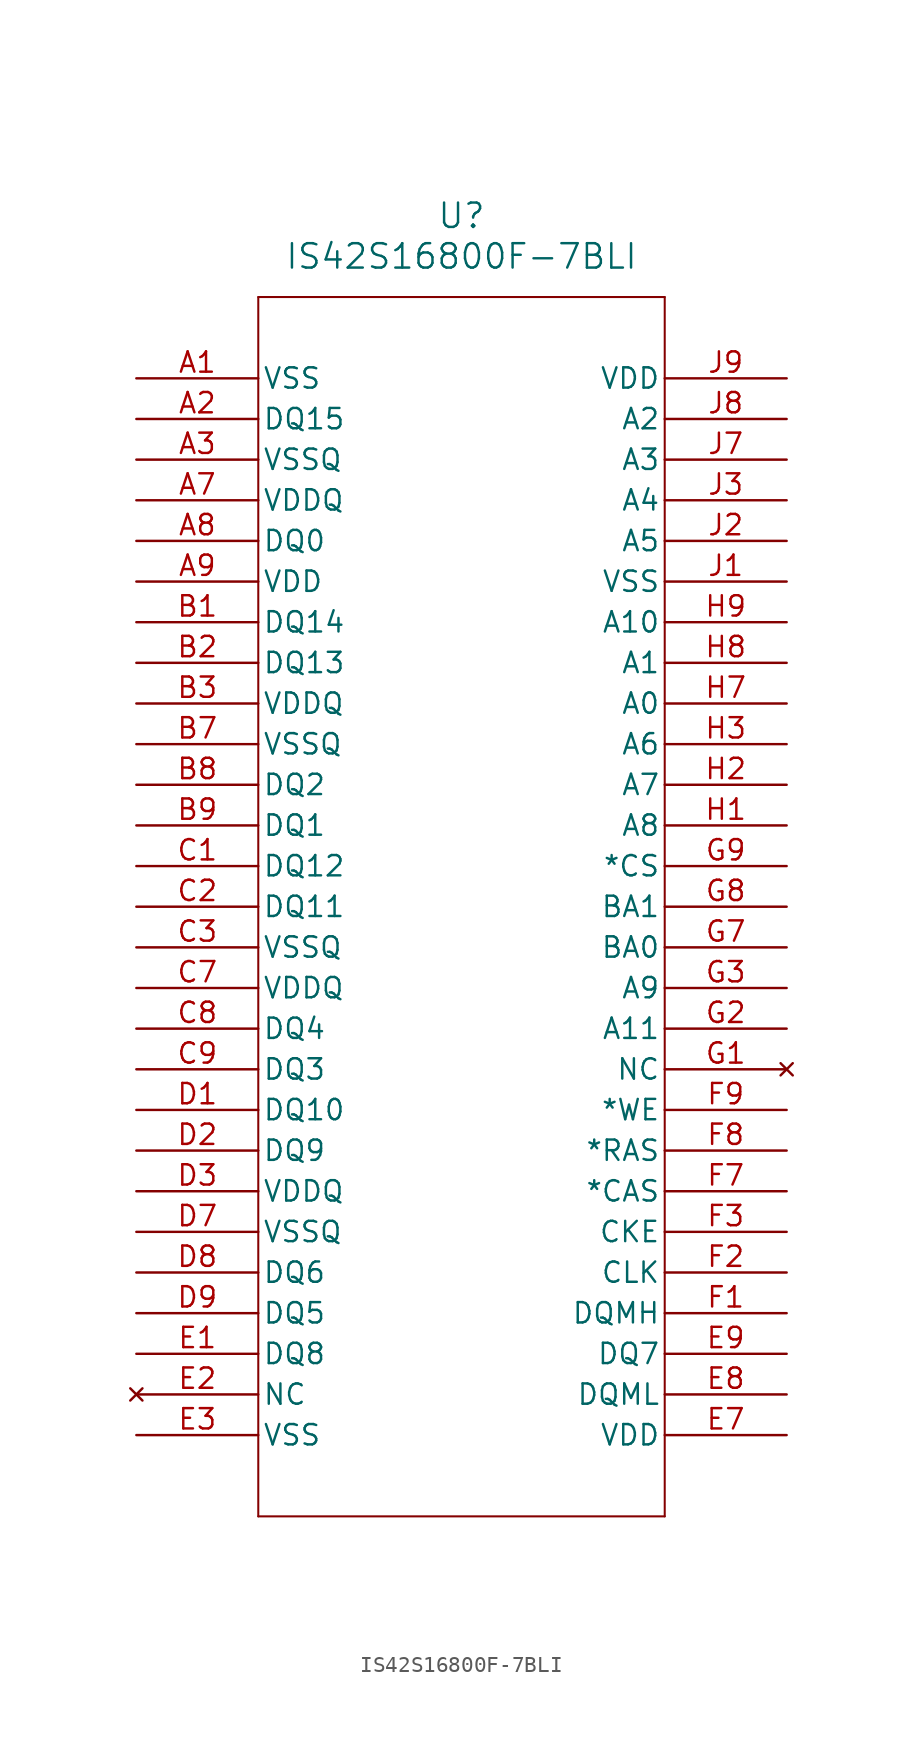
<source format=kicad_sym>
(kicad_symbol_lib
  (version 20211014)
  (generator kicad_symbol_editor)
  (symbol "IS42S16800F-7BLI"
    (pin_names
      (offset 0.254))
    (property "Reference" "U"
      (at 20.32 10.16 0)
      (effects (font (size 1.524 1.524))))
    (property "Value" "IS42S16800F-7BLI"
      (at 20.32 7.62 0)
      (effects (font (size 1.524 1.524))))
    (symbol "IS42S16800F-7BLI_0_1"
      (polyline (pts (xy 7.62 5.08) (xy 7.62 -71.12)) (stroke (width 0.127) (type default) (color 0 0 0 0)) (fill (type none)))
      (polyline (pts (xy 7.62 -71.12) (xy 33.02 -71.12)) (stroke (width 0.127) (type default) (color 0 0 0 0)) (fill (type none)))
      (polyline (pts (xy 33.02 -71.12) (xy 33.02 5.08)) (stroke (width 0.127) (type default) (color 0 0 0 0)) (fill (type none)))
      (polyline (pts (xy 33.02 5.08) (xy 7.62 5.08)) (stroke (width 0.127) (type default) (color 0 0 0 0)) (fill (type none)))
      (pin power_out line (at 0 0 0) (length 7.62) (name "VSS" (effects (font (size 1.27 1.27)))) (number "A1" (effects (font (size 1.27 1.27)))))
      (pin bidirectional line (at 0 -2.54 0) (length 7.62) (name "DQ15" (effects (font (size 1.27 1.27)))) (number "A2" (effects (font (size 1.27 1.27)))))
      (pin power_out line (at 0 -5.08 0) (length 7.62) (name "VSSQ" (effects (font (size 1.27 1.27)))) (number "A3" (effects (font (size 1.27 1.27)))))
      (pin power_in line (at 0 -7.62 0) (length 7.62) (name "VDDQ" (effects (font (size 1.27 1.27)))) (number "A7" (effects (font (size 1.27 1.27)))))
      (pin bidirectional line (at 0 -10.16 0) (length 7.62) (name "DQ0" (effects (font (size 1.27 1.27)))) (number "A8" (effects (font (size 1.27 1.27)))))
      (pin power_in line (at 0 -12.7 0) (length 7.62) (name "VDD" (effects (font (size 1.27 1.27)))) (number "A9" (effects (font (size 1.27 1.27)))))
      (pin bidirectional line (at 0 -15.24 0) (length 7.62) (name "DQ14" (effects (font (size 1.27 1.27)))) (number "B1" (effects (font (size 1.27 1.27)))))
      (pin bidirectional line (at 0 -17.78 0) (length 7.62) (name "DQ13" (effects (font (size 1.27 1.27)))) (number "B2" (effects (font (size 1.27 1.27)))))
      (pin power_in line (at 0 -20.32 0) (length 7.62) (name "VDDQ" (effects (font (size 1.27 1.27)))) (number "B3" (effects (font (size 1.27 1.27)))))
      (pin power_out line (at 0 -22.86 0) (length 7.62) (name "VSSQ" (effects (font (size 1.27 1.27)))) (number "B7" (effects (font (size 1.27 1.27)))))
      (pin bidirectional line (at 0 -25.4 0) (length 7.62) (name "DQ2" (effects (font (size 1.27 1.27)))) (number "B8" (effects (font (size 1.27 1.27)))))
      (pin bidirectional line (at 0 -27.94 0) (length 7.62) (name "DQ1" (effects (font (size 1.27 1.27)))) (number "B9" (effects (font (size 1.27 1.27)))))
      (pin bidirectional line (at 0 -30.48 0) (length 7.62) (name "DQ12" (effects (font (size 1.27 1.27)))) (number "C1" (effects (font (size 1.27 1.27)))))
      (pin bidirectional line (at 0 -33.02 0) (length 7.62) (name "DQ11" (effects (font (size 1.27 1.27)))) (number "C2" (effects (font (size 1.27 1.27)))))
      (pin power_out line (at 0 -35.56 0) (length 7.62) (name "VSSQ" (effects (font (size 1.27 1.27)))) (number "C3" (effects (font (size 1.27 1.27)))))
      (pin power_in line (at 0 -38.1 0) (length 7.62) (name "VDDQ" (effects (font (size 1.27 1.27)))) (number "C7" (effects (font (size 1.27 1.27)))))
      (pin bidirectional line (at 0 -40.64 0) (length 7.62) (name "DQ4" (effects (font (size 1.27 1.27)))) (number "C8" (effects (font (size 1.27 1.27)))))
      (pin bidirectional line (at 0 -43.18 0) (length 7.62) (name "DQ3" (effects (font (size 1.27 1.27)))) (number "C9" (effects (font (size 1.27 1.27)))))
      (pin bidirectional line (at 0 -45.72 0) (length 7.62) (name "DQ10" (effects (font (size 1.27 1.27)))) (number "D1" (effects (font (size 1.27 1.27)))))
      (pin bidirectional line (at 0 -48.26 0) (length 7.62) (name "DQ9" (effects (font (size 1.27 1.27)))) (number "D2" (effects (font (size 1.27 1.27)))))
      (pin power_in line (at 0 -50.8 0) (length 7.62) (name "VDDQ" (effects (font (size 1.27 1.27)))) (number "D3" (effects (font (size 1.27 1.27)))))
      (pin power_out line (at 0 -53.34 0) (length 7.62) (name "VSSQ" (effects (font (size 1.27 1.27)))) (number "D7" (effects (font (size 1.27 1.27)))))
      (pin bidirectional line (at 0 -55.88 0) (length 7.62) (name "DQ6" (effects (font (size 1.27 1.27)))) (number "D8" (effects (font (size 1.27 1.27)))))
      (pin bidirectional line (at 0 -58.42 0) (length 7.62) (name "DQ5" (effects (font (size 1.27 1.27)))) (number "D9" (effects (font (size 1.27 1.27)))))
      (pin bidirectional line (at 0 -60.96 0) (length 7.62) (name "DQ8" (effects (font (size 1.27 1.27)))) (number "E1" (effects (font (size 1.27 1.27)))))
      (pin no_connect line (at 0 -63.5 0) (length 7.62) (name "NC" (effects (font (size 1.27 1.27)))) (number "E2" (effects (font (size 1.27 1.27)))))
      (pin power_out line (at 0 -66.04 0) (length 7.62) (name "VSS" (effects (font (size 1.27 1.27)))) (number "E3" (effects (font (size 1.27 1.27)))))
      (pin power_in line (at 40.64 -66.04 180) (length 7.62) (name "VDD" (effects (font (size 1.27 1.27)))) (number "E7" (effects (font (size 1.27 1.27)))))
      (pin input line (at 40.64 -63.5 180) (length 7.62) (name "DQML" (effects (font (size 1.27 1.27)))) (number "E8" (effects (font (size 1.27 1.27)))))
      (pin bidirectional line (at 40.64 -60.96 180) (length 7.62) (name "DQ7" (effects (font (size 1.27 1.27)))) (number "E9" (effects (font (size 1.27 1.27)))))
      (pin input line (at 40.64 -58.42 180) (length 7.62) (name "DQMH" (effects (font (size 1.27 1.27)))) (number "F1" (effects (font (size 1.27 1.27)))))
      (pin input line (at 40.64 -55.88 180) (length 7.62) (name "CLK" (effects (font (size 1.27 1.27)))) (number "F2" (effects (font (size 1.27 1.27)))))
      (pin input line (at 40.64 -53.34 180) (length 7.62) (name "CKE" (effects (font (size 1.27 1.27)))) (number "F3" (effects (font (size 1.27 1.27)))))
      (pin input line (at 40.64 -50.8 180) (length 7.62) (name "*CAS" (effects (font (size 1.27 1.27)))) (number "F7" (effects (font (size 1.27 1.27)))))
      (pin input line (at 40.64 -48.26 180) (length 7.62) (name "*RAS" (effects (font (size 1.27 1.27)))) (number "F8" (effects (font (size 1.27 1.27)))))
      (pin input line (at 40.64 -45.72 180) (length 7.62) (name "*WE" (effects (font (size 1.27 1.27)))) (number "F9" (effects (font (size 1.27 1.27)))))
      (pin no_connect line (at 40.64 -43.18 180) (length 7.62) (name "NC" (effects (font (size 1.27 1.27)))) (number "G1" (effects (font (size 1.27 1.27)))))
      (pin input line (at 40.64 -40.64 180) (length 7.62) (name "A11" (effects (font (size 1.27 1.27)))) (number "G2" (effects (font (size 1.27 1.27)))))
      (pin input line (at 40.64 -38.1 180) (length 7.62) (name "A9" (effects (font (size 1.27 1.27)))) (number "G3" (effects (font (size 1.27 1.27)))))
      (pin input line (at 40.64 -35.56 180) (length 7.62) (name "BA0" (effects (font (size 1.27 1.27)))) (number "G7" (effects (font (size 1.27 1.27)))))
      (pin input line (at 40.64 -33.02 180) (length 7.62) (name "BA1" (effects (font (size 1.27 1.27)))) (number "G8" (effects (font (size 1.27 1.27)))))
      (pin input line (at 40.64 -30.48 180) (length 7.62) (name "*CS" (effects (font (size 1.27 1.27)))) (number "G9" (effects (font (size 1.27 1.27)))))
      (pin input line (at 40.64 -27.94 180) (length 7.62) (name "A8" (effects (font (size 1.27 1.27)))) (number "H1" (effects (font (size 1.27 1.27)))))
      (pin input line (at 40.64 -25.4 180) (length 7.62) (name "A7" (effects (font (size 1.27 1.27)))) (number "H2" (effects (font (size 1.27 1.27)))))
      (pin input line (at 40.64 -22.86 180) (length 7.62) (name "A6" (effects (font (size 1.27 1.27)))) (number "H3" (effects (font (size 1.27 1.27)))))
      (pin input line (at 40.64 -20.32 180) (length 7.62) (name "A0" (effects (font (size 1.27 1.27)))) (number "H7" (effects (font (size 1.27 1.27)))))
      (pin input line (at 40.64 -17.78 180) (length 7.62) (name "A1" (effects (font (size 1.27 1.27)))) (number "H8" (effects (font (size 1.27 1.27)))))
      (pin input line (at 40.64 -15.24 180) (length 7.62) (name "A10" (effects (font (size 1.27 1.27)))) (number "H9" (effects (font (size 1.27 1.27)))))
      (pin power_out line (at 40.64 -12.7 180) (length 7.62) (name "VSS" (effects (font (size 1.27 1.27)))) (number "J1" (effects (font (size 1.27 1.27)))))
      (pin input line (at 40.64 -10.16 180) (length 7.62) (name "A5" (effects (font (size 1.27 1.27)))) (number "J2" (effects (font (size 1.27 1.27)))))
      (pin input line (at 40.64 -7.62 180) (length 7.62) (name "A4" (effects (font (size 1.27 1.27)))) (number "J3" (effects (font (size 1.27 1.27)))))
      (pin input line (at 40.64 -5.08 180) (length 7.62) (name "A3" (effects (font (size 1.27 1.27)))) (number "J7" (effects (font (size 1.27 1.27)))))
      (pin input line (at 40.64 -2.54 180) (length 7.62) (name "A2" (effects (font (size 1.27 1.27)))) (number "J8" (effects (font (size 1.27 1.27)))))
      (pin power_in line (at 40.64 0 180) (length 7.62) (name "VDD" (effects (font (size 1.27 1.27)))) (number "J9" (effects (font (size 1.27 1.27))))))))
</source>
